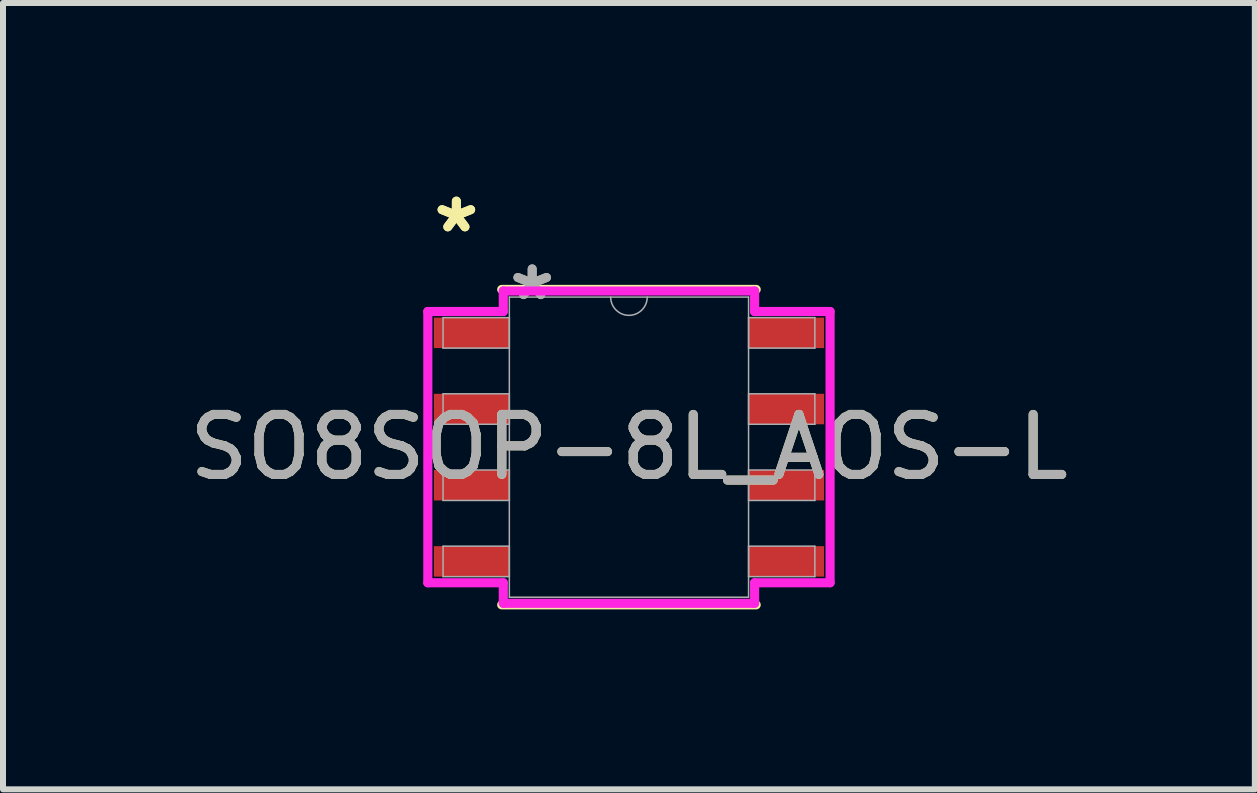
<source format=kicad_pcb>
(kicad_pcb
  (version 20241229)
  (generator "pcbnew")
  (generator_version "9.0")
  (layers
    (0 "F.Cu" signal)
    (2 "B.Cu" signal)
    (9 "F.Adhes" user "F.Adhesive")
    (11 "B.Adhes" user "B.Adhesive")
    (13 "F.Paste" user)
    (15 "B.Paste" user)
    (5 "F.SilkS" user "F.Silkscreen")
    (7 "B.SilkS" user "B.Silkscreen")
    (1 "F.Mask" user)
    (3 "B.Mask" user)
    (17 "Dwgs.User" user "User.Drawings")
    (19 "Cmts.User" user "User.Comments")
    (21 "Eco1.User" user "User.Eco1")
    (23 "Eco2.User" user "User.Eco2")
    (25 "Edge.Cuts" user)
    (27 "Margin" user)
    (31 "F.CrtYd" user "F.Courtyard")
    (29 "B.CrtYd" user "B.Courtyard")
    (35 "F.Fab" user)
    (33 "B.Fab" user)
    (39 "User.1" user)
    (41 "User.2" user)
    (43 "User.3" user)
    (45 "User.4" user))
  (footprint "SO8SOP-8L_AOS-L"
    (layer "F.Cu")
    (at 7.435 4.404)
    (property "Reference" "SO8SOP-8L_AOS-L" (at 0 0 0) (unlocked yes) (layer "F.SilkS") (effects (font (size 1 1) (thickness 0.15))))
    (attr smd)
    (fp_line (start -2.121 2.629) (end 2.121 2.629) (stroke (width 0.152) (type solid)) (layer "F.SilkS"))
    (fp_line (start 2.121 -2.629) (end -2.121 -2.629) (stroke (width 0.152) (type solid)) (layer "F.SilkS"))
    (fp_line (start -3.353 -2.261) (end -2.095 -2.261) (stroke (width 0.152) (type solid)) (layer "F.CrtYd"))
    (fp_line (start -3.353 2.261) (end -3.353 -2.261) (stroke (width 0.152) (type solid)) (layer "F.CrtYd"))
    (fp_line (start -3.353 2.261) (end -2.095 2.261) (stroke (width 0.152) (type solid)) (layer "F.CrtYd"))
    (fp_line (start -2.095 -2.603) (end 2.095 -2.603) (stroke (width 0.152) (type solid)) (layer "F.CrtYd"))
    (fp_line (start -2.095 -2.261) (end -2.095 -2.603) (stroke (width 0.152) (type solid)) (layer "F.CrtYd"))
    (fp_line (start -2.095 2.603) (end -2.095 2.261) (stroke (width 0.152) (type solid)) (layer "F.CrtYd"))
    (fp_line (start 2.095 -2.603) (end 2.095 -2.261) (stroke (width 0.152) (type solid)) (layer "F.CrtYd"))
    (fp_line (start 2.095 2.261) (end 2.095 2.603) (stroke (width 0.152) (type solid)) (layer "F.CrtYd"))
    (fp_line (start 2.095 2.603) (end -2.095 2.603) (stroke (width 0.152) (type solid)) (layer "F.CrtYd"))
    (fp_line (start 3.353 -2.261) (end 2.095 -2.261) (stroke (width 0.152) (type solid)) (layer "F.CrtYd"))
    (fp_line (start 3.353 -2.261) (end 3.353 2.261) (stroke (width 0.152) (type solid)) (layer "F.CrtYd"))
    (fp_line (start 3.353 2.261) (end 2.095 2.261) (stroke (width 0.152) (type solid)) (layer "F.CrtYd"))
    (fp_line (start -3.099 -2.159) (end -3.099 -1.651) (stroke (width 0.025) (type solid)) (layer "F.Fab"))
    (fp_line (start -3.099 -1.651) (end -1.994 -1.651) (stroke (width 0.025) (type solid)) (layer "F.Fab"))
    (fp_line (start -3.099 -0.889) (end -3.099 -0.381) (stroke (width 0.025) (type solid)) (layer "F.Fab"))
    (fp_line (start -3.099 -0.381) (end -1.994 -0.381) (stroke (width 0.025) (type solid)) (layer "F.Fab"))
    (fp_line (start -3.099 0.381) (end -3.099 0.889) (stroke (width 0.025) (type solid)) (layer "F.Fab"))
    (fp_line (start -3.099 0.889) (end -1.994 0.889) (stroke (width 0.025) (type solid)) (layer "F.Fab"))
    (fp_line (start -3.099 1.651) (end -3.099 2.159) (stroke (width 0.025) (type solid)) (layer "F.Fab"))
    (fp_line (start -3.099 2.159) (end -1.994 2.159) (stroke (width 0.025) (type solid)) (layer "F.Fab"))
    (fp_line (start -1.994 -2.502) (end -1.994 2.502) (stroke (width 0.025) (type solid)) (layer "F.Fab"))
    (fp_line (start -1.994 -2.159) (end -3.099 -2.159) (stroke (width 0.025) (type solid)) (layer "F.Fab"))
    (fp_line (start -1.994 -1.651) (end -1.994 -2.159) (stroke (width 0.025) (type solid)) (layer "F.Fab"))
    (fp_line (start -1.994 -0.889) (end -3.099 -0.889) (stroke (width 0.025) (type solid)) (layer "F.Fab"))
    (fp_line (start -1.994 -0.381) (end -1.994 -0.889) (stroke (width 0.025) (type solid)) (layer "F.Fab"))
    (fp_line (start -1.994 0.381) (end -3.099 0.381) (stroke (width 0.025) (type solid)) (layer "F.Fab"))
    (fp_line (start -1.994 0.889) (end -1.994 0.381) (stroke (width 0.025) (type solid)) (layer "F.Fab"))
    (fp_line (start -1.994 1.651) (end -3.099 1.651) (stroke (width 0.025) (type solid)) (layer "F.Fab"))
    (fp_line (start -1.994 2.159) (end -1.994 1.651) (stroke (width 0.025) (type solid)) (layer "F.Fab"))
    (fp_line (start -1.994 2.502) (end 1.994 2.502) (stroke (width 0.025) (type solid)) (layer "F.Fab"))
    (fp_line (start 1.994 -2.502) (end -1.994 -2.502) (stroke (width 0.025) (type solid)) (layer "F.Fab"))
    (fp_line (start 1.994 -2.159) (end 1.994 -1.651) (stroke (width 0.025) (type solid)) (layer "F.Fab"))
    (fp_line (start 1.994 -1.651) (end 3.099 -1.651) (stroke (width 0.025) (type solid)) (layer "F.Fab"))
    (fp_line (start 1.994 -0.889) (end 1.994 -0.381) (stroke (width 0.025) (type solid)) (layer "F.Fab"))
    (fp_line (start 1.994 -0.381) (end 3.099 -0.381) (stroke (width 0.025) (type solid)) (layer "F.Fab"))
    (fp_line (start 1.994 0.381) (end 1.994 0.889) (stroke (width 0.025) (type solid)) (layer "F.Fab"))
    (fp_line (start 1.994 0.889) (end 3.099 0.889) (stroke (width 0.025) (type solid)) (layer "F.Fab"))
    (fp_line (start 1.994 1.651) (end 1.994 2.159) (stroke (width 0.025) (type solid)) (layer "F.Fab"))
    (fp_line (start 1.994 2.159) (end 3.099 2.159) (stroke (width 0.025) (type solid)) (layer "F.Fab"))
    (fp_line (start 1.994 2.502) (end 1.994 -2.502) (stroke (width 0.025) (type solid)) (layer "F.Fab"))
    (fp_line (start 3.099 -2.159) (end 1.994 -2.159) (stroke (width 0.025) (type solid)) (layer "F.Fab"))
    (fp_line (start 3.099 -1.651) (end 3.099 -2.159) (stroke (width 0.025) (type solid)) (layer "F.Fab"))
    (fp_line (start 3.099 -0.889) (end 1.994 -0.889) (stroke (width 0.025) (type solid)) (layer "F.Fab"))
    (fp_line (start 3.099 -0.381) (end 3.099 -0.889) (stroke (width 0.025) (type solid)) (layer "F.Fab"))
    (fp_line (start 3.099 0.381) (end 1.994 0.381) (stroke (width 0.025) (type solid)) (layer "F.Fab"))
    (fp_line (start 3.099 0.889) (end 3.099 0.381) (stroke (width 0.025) (type solid)) (layer "F.Fab"))
    (fp_line (start 3.099 1.651) (end 1.994 1.651) (stroke (width 0.025) (type solid)) (layer "F.Fab"))
    (fp_line (start 3.099 2.159) (end 3.099 1.651) (stroke (width 0.025) (type solid)) (layer "F.Fab"))
    (fp_arc (start 0.3048 -2.5019) (mid 0 -2.1971) (end -0.3048 -2.5019) (stroke (width 0.0254) (type solid)) (layer "F.Fab"))
    (fp_text user "*" (at -2.877 -3.556 0) (unlocked yes) (layer "F.SilkS") (effects (font (size 1 1) (thickness 0.15))))
    (fp_text user "*" (at -2.877 -3.556 0) (layer "F.SilkS") (effects (font (size 1 1) (thickness 0.15))))
    (fp_text user "${REFERENCE}" (at 0 0 0) (unlocked yes) (layer "F.Fab") (effects (font (size 1 1) (thickness 0.15))))
    (fp_text user "*" (at -1.613 -2.426 0) (layer "F.Fab") (effects (font (size 1 1) (thickness 0.15))))
    (fp_text user "*" (at -1.613 -2.426 0) (unlocked yes) (layer "F.Fab") (effects (font (size 1 1) (thickness 0.15))))
    (pad "1" smd rect (at -2.623 -1.905) (size 1.257 0.508) (layers "F.Cu" "F.Mask" "F.Paste"))
    (pad "2" smd rect (at -2.623 -0.635) (size 1.257 0.508) (layers "F.Cu" "F.Mask" "F.Paste"))
    (pad "3" smd rect (at -2.623 0.635) (size 1.257 0.508) (layers "F.Cu" "F.Mask" "F.Paste"))
    (pad "4" smd rect (at -2.623 1.905) (size 1.257 0.508) (layers "F.Cu" "F.Mask" "F.Paste"))
    (pad "5" smd rect (at 2.623 1.905) (size 1.257 0.508) (layers "F.Cu" "F.Mask" "F.Paste"))
    (pad "6" smd rect (at 2.623 0.635) (size 1.257 0.508) (layers "F.Cu" "F.Mask" "F.Paste"))
    (pad "7" smd rect (at 2.623 -0.635) (size 1.257 0.508) (layers "F.Cu" "F.Mask" "F.Paste"))
    (pad "8" smd rect (at 2.623 -1.905) (size 1.257 0.508) (layers "F.Cu" "F.Mask" "F.Paste")))
  (gr_rect
    (start -3 -3)
    (end 17.869 10.109)
    (stroke (width 0.1) (type default))
    (fill no)
    (layer "Edge.Cuts")))
</source>
